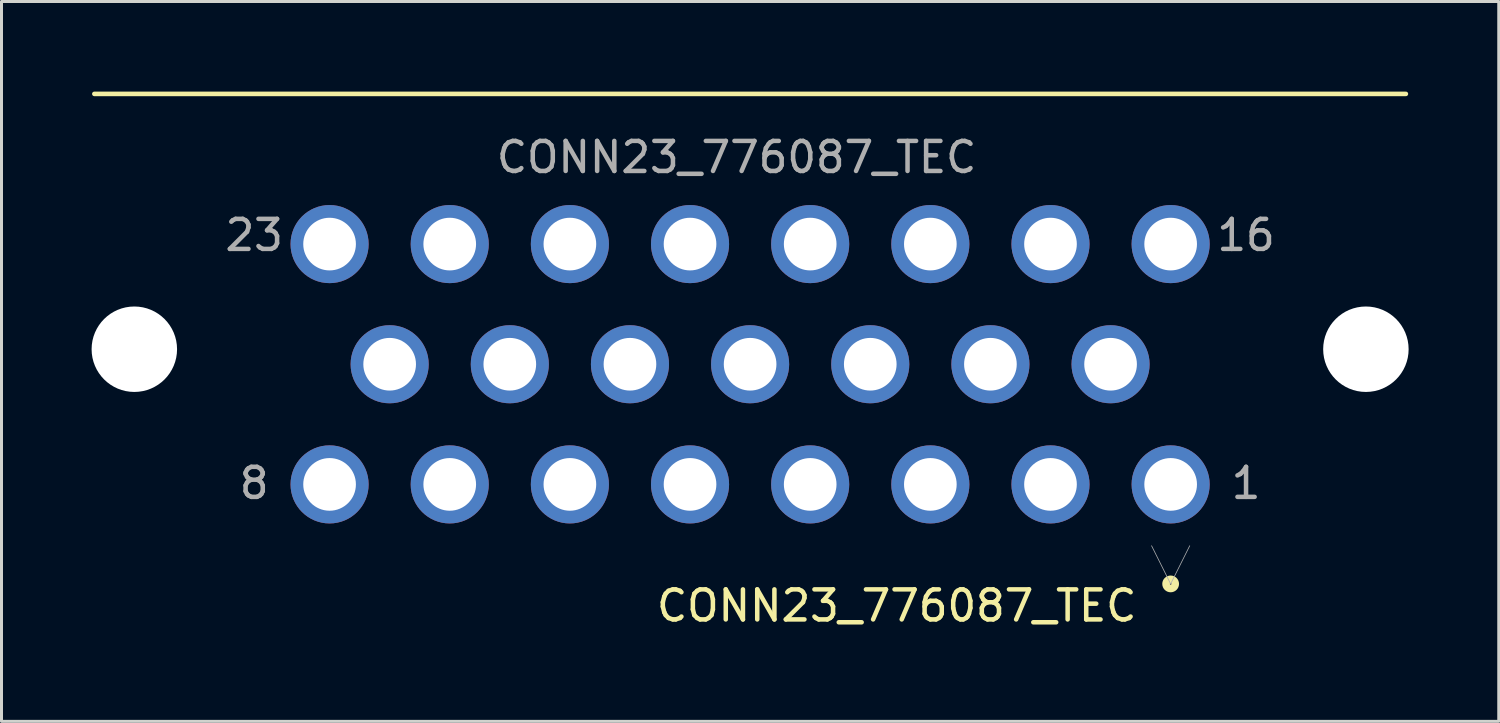
<source format=kicad_pcb>
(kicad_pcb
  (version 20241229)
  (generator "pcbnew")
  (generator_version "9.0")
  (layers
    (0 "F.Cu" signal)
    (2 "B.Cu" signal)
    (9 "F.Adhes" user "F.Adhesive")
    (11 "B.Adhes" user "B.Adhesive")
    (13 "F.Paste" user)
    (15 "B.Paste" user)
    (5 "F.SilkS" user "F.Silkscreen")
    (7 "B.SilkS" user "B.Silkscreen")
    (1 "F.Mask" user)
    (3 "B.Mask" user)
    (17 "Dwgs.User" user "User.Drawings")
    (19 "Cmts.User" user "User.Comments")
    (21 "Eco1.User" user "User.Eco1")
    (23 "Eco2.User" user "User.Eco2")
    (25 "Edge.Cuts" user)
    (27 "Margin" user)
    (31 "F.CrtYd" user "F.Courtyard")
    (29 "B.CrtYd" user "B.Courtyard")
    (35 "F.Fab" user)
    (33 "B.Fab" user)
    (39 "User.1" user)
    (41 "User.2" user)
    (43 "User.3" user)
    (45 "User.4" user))
  (footprint "CONN23_776087_TEC"
    (layer "F.Cu")
    (at 35.922 13.076)
    (property "Reference" "CONN23_776087_TEC" (at -9.12 4.04 0) (unlocked yes) (layer "F.SilkS") (effects (font (size 1 1) (thickness 0.15))))
    (attr through_hole)
    (fp_line (start -35.831 -13) (end 7.831 -13) (stroke (width 0.152) (type solid)) (layer "F.SilkS"))
    (fp_circle (center 0 3.313) (end 0.152 3.313) (stroke (width 0.254) (type solid)) (fill no) (layer "F.SilkS"))
    (fp_line (start -0.635 2.043) (end 0 3.313) (stroke (width 0.025) (type solid)) (layer "F.Fab"))
    (fp_line (start 0.635 2.043) (end 0 3.313) (stroke (width 0.025) (type solid)) (layer "F.Fab"))
    (fp_text user "23" (at -30.51 -8.295 0) (unlocked yes) (layer "F.Fab") (effects (font (size 1 1) (thickness 0.15))))
    (fp_text user "${REFERENCE}" (at -14.45 -10.89 0) (unlocked yes) (layer "F.Fab") (effects (font (size 1 1) (thickness 0.15))))
    (fp_text user "8" (at -30.51 -0.04 0) (unlocked yes) (layer "F.Fab") (effects (font (size 1 1) (thickness 0.15))))
    (fp_text user "1" (at 2.51 -0.04 0) (unlocked yes) (layer "F.Fab") (effects (font (size 1 1) (thickness 0.15))))
    (fp_text user "16" (at 2.51 -8.295 0) (unlocked yes) (layer "F.Fab") (effects (font (size 1 1) (thickness 0.15))))
    (pad "" np_thru_hole circle (at -34.5 -4.5) (size 2.845 2.845) (drill 2.845) (layers "*.Cu" "*.Mask"))
    (pad "" np_thru_hole circle (at 6.5 -4.5) (size 2.845 2.845) (drill 2.845) (layers "*.Cu" "*.Mask"))
    (pad "1" thru_hole circle (at -0.000001 0) (size 2.6 2.6) (drill 1.753) (layers "*.Cu" "*.Mask"))
    (pad "2" thru_hole circle (at -4 0) (size 2.6 2.6) (drill 1.753) (layers "*.Cu" "*.Mask"))
    (pad "3" thru_hole circle (at -8 0) (size 2.6 2.6) (drill 1.753) (layers "*.Cu" "*.Mask"))
    (pad "4" thru_hole circle (at -12 0) (size 2.6 2.6) (drill 1.753) (layers "*.Cu" "*.Mask"))
    (pad "5" thru_hole circle (at -16 0) (size 2.6 2.6) (drill 1.753) (layers "*.Cu" "*.Mask"))
    (pad "6" thru_hole circle (at -20 0) (size 2.6 2.6) (drill 1.753) (layers "*.Cu" "*.Mask"))
    (pad "7" thru_hole circle (at -24 0) (size 2.6 2.6) (drill 1.753) (layers "*.Cu" "*.Mask"))
    (pad "8" thru_hole circle (at -28 0) (size 2.6 2.6) (drill 1.753) (layers "*.Cu" "*.Mask"))
    (pad "9" thru_hole circle (at -2 -4) (size 2.6 2.6) (drill 1.753) (layers "*.Cu" "*.Mask"))
    (pad "10" thru_hole circle (at -6 -4) (size 2.6 2.6) (drill 1.753) (layers "*.Cu" "*.Mask"))
    (pad "11" thru_hole circle (at -10 -4) (size 2.6 2.6) (drill 1.753) (layers "*.Cu" "*.Mask"))
    (pad "12" thru_hole circle (at -14 -4) (size 2.6 2.6) (drill 1.753) (layers "*.Cu" "*.Mask"))
    (pad "13" thru_hole circle (at -18 -4) (size 2.6 2.6) (drill 1.753) (layers "*.Cu" "*.Mask"))
    (pad "14" thru_hole circle (at -22 -4) (size 2.6 2.6) (drill 1.753) (layers "*.Cu" "*.Mask"))
    (pad "15" thru_hole circle (at -26 -4) (size 2.6 2.6) (drill 1.753) (layers "*.Cu" "*.Mask"))
    (pad "16" thru_hole circle (at -0.000001 -8) (size 2.6 2.6) (drill 1.753) (layers "*.Cu" "*.Mask"))
    (pad "17" thru_hole circle (at -4 -8) (size 2.6 2.6) (drill 1.753) (layers "*.Cu" "*.Mask"))
    (pad "18" thru_hole circle (at -8 -8) (size 2.6 2.6) (drill 1.753) (layers "*.Cu" "*.Mask"))
    (pad "19" thru_hole circle (at -12 -8) (size 2.6 2.6) (drill 1.753) (layers "*.Cu" "*.Mask"))
    (pad "20" thru_hole circle (at -16 -8) (size 2.6 2.6) (drill 1.753) (layers "*.Cu" "*.Mask"))
    (pad "21" thru_hole circle (at -20 -8) (size 2.6 2.6) (drill 1.753) (layers "*.Cu" "*.Mask"))
    (pad "22" thru_hole circle (at -24 -8) (size 2.6 2.6) (drill 1.753) (layers "*.Cu" "*.Mask"))
    (pad "23" thru_hole circle (at -28 -8) (size 2.6 2.6) (drill 1.753) (layers "*.Cu" "*.Mask")))
  (gr_rect
    (start -3 -3)
    (end 46.845 20.964)
    (stroke (width 0.1) (type default))
    (fill no)
    (layer "Edge.Cuts")))
</source>
